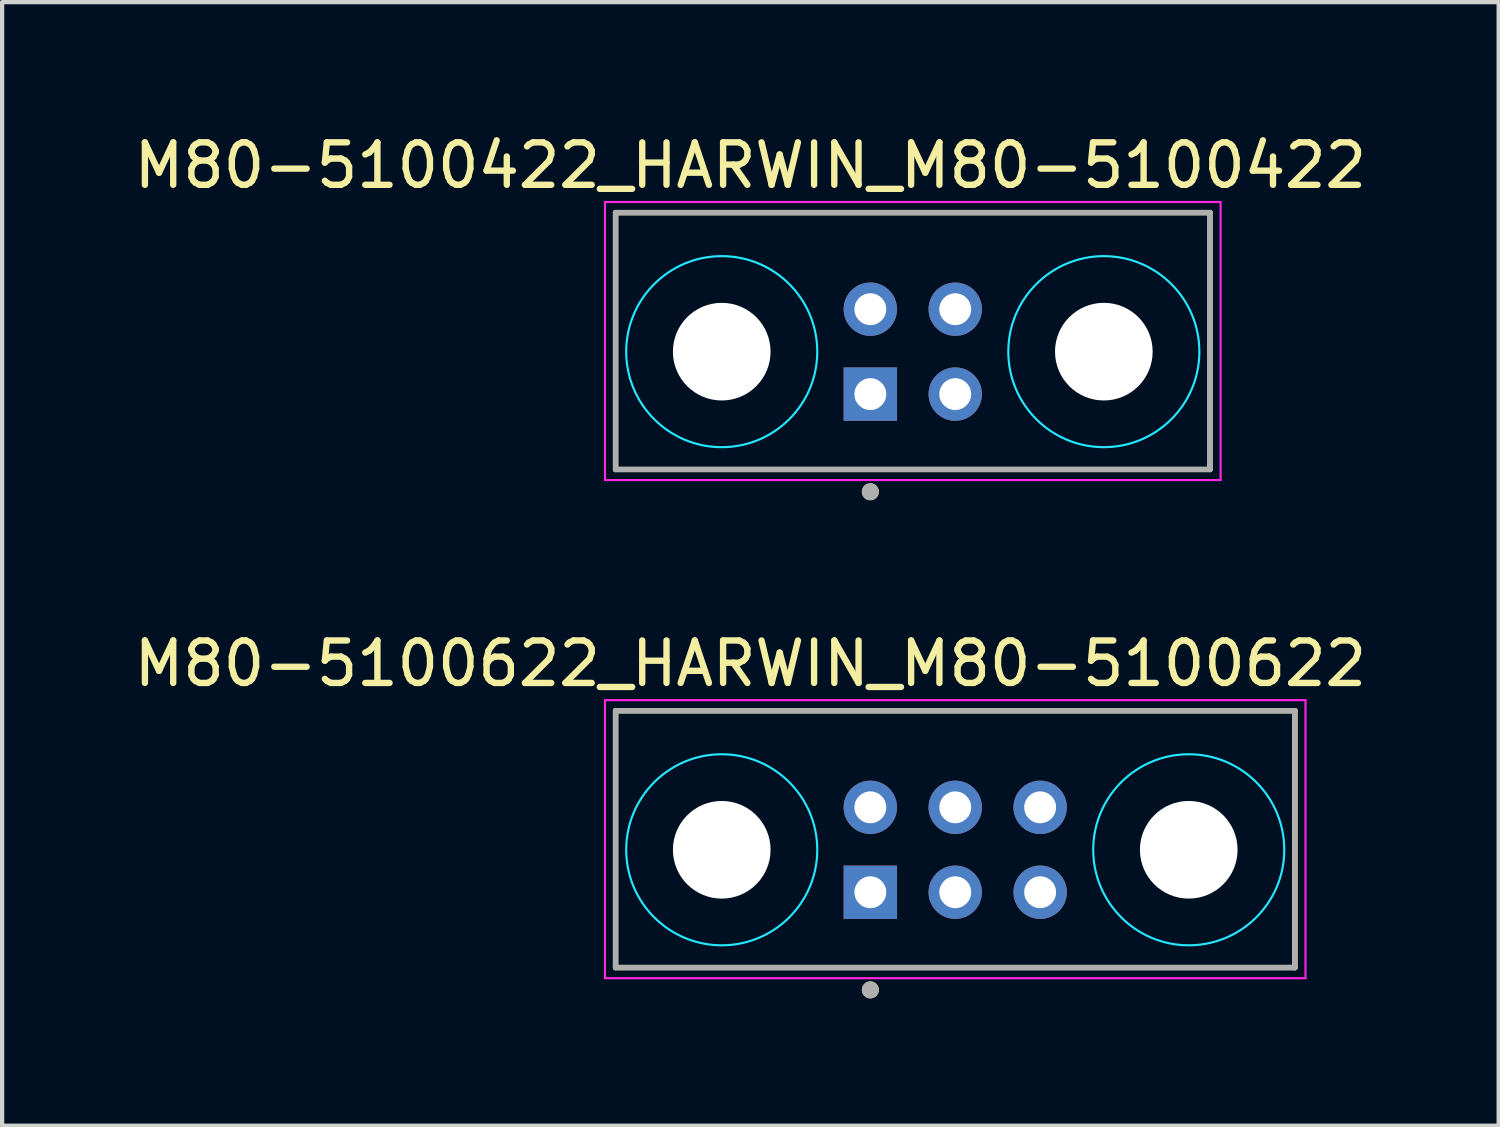
<source format=kicad_pcb>
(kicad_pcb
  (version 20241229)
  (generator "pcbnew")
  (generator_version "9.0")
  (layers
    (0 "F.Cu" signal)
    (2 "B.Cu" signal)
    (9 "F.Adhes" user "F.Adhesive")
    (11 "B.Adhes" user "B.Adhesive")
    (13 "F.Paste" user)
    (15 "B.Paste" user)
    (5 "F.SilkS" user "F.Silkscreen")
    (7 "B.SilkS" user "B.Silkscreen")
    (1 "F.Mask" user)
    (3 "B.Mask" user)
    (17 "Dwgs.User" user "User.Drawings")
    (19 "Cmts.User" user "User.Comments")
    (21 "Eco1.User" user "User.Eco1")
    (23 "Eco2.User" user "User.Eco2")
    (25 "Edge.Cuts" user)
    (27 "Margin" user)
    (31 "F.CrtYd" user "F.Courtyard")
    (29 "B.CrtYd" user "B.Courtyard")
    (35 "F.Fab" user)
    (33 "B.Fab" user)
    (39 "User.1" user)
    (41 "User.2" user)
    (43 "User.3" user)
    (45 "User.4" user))
  (footprint "M80-5100422_HARWIN_M80-5100422"
    (layer "F.Cu")
    (at 18.45 5.233)
    (property "Reference" "M80-5100422_HARWIN_M80-5100422" (at -3.825 -4.385 0) (layer "F.SilkS") (effects (font (size 1 1) (thickness 0.15))))
    (attr through_hole)
    (fp_line (start -7 -3.275) (end 7 -3.275) (stroke (width 0.127) (type solid)) (layer "F.SilkS"))
    (fp_line (start -7 2.775) (end -7 -3.275) (stroke (width 0.127) (type solid)) (layer "F.SilkS"))
    (fp_line (start 7 -3.275) (end 7 2.775) (stroke (width 0.127) (type solid)) (layer "F.SilkS"))
    (fp_line (start 7 2.775) (end -7 2.775) (stroke (width 0.127) (type solid)) (layer "F.SilkS"))
    (fp_circle (center -1 3.3) (end -0.9 3.3) (stroke (width 0.2) (type solid)) (fill no) (layer "F.SilkS"))
    (fp_circle (center -4.5 0) (end -2.25 0) (stroke (width 0.05) (type solid)) (fill no) (layer "B.CrtYd"))
    (fp_circle (center 4.5 0) (end 6.75 0) (stroke (width 0.05) (type solid)) (fill no) (layer "B.CrtYd"))
    (fp_line (start -7.25 -3.525) (end -7.25 3.025) (stroke (width 0.05) (type solid)) (layer "F.CrtYd"))
    (fp_line (start -7.25 3.025) (end 7.25 3.025) (stroke (width 0.05) (type solid)) (layer "F.CrtYd"))
    (fp_line (start 7.25 -3.525) (end -7.25 -3.525) (stroke (width 0.05) (type solid)) (layer "F.CrtYd"))
    (fp_line (start 7.25 3.025) (end 7.25 -3.525) (stroke (width 0.05) (type solid)) (layer "F.CrtYd"))
    (fp_line (start -7 -3.275) (end 7 -3.275) (stroke (width 0.127) (type solid)) (layer "F.Fab"))
    (fp_line (start -7 2.775) (end -7 -3.275) (stroke (width 0.127) (type solid)) (layer "F.Fab"))
    (fp_line (start 7 -3.275) (end 7 2.775) (stroke (width 0.127) (type solid)) (layer "F.Fab"))
    (fp_line (start 7 2.775) (end -7 2.775) (stroke (width 0.127) (type solid)) (layer "F.Fab"))
    (fp_circle (center -1 3.3) (end -0.9 3.3) (stroke (width 0.2) (type solid)) (fill no) (layer "F.Fab"))
    (pad "" np_thru_hole circle (at -4.5 0) (size 2.3 2.3) (drill 2.3) (layers "*.Cu" "*.Mask"))
    (pad "" np_thru_hole circle (at 4.5 0) (size 2.3 2.3) (drill 2.3) (layers "*.Cu" "*.Mask"))
    (pad "1" thru_hole rect (at -1 1) (size 1.258 1.258) (drill 0.75) (layers "*.Cu" "*.Mask"))
    (pad "2" thru_hole circle (at 1 1) (size 1.258 1.258) (drill 0.75) (layers "*.Cu" "*.Mask"))
    (pad "3" thru_hole circle (at -1 -1) (size 1.258 1.258) (drill 0.75) (layers "*.Cu" "*.Mask"))
    (pad "4" thru_hole circle (at 1 -1) (size 1.258 1.258) (drill 0.75) (layers "*.Cu" "*.Mask"))
    (zone (net_name "") (layers "F.Cu" "B.Cu") (hatch full 0.508) (connect_pads) (min_thickness 2) (filled_areas_thickness no) (keepout (tracks allowed) (vias not_allowed) (pads allowed) (copperpour allowed) (footprints allowed)) (placement (enabled no)) (fill) (polygon (pts (xy 15.95 5.233) (xy 15.94 5.429) (xy 15.912 5.623) (xy 15.864 5.814) (xy 15.798 5.999) (xy 15.714 6.176) (xy 15.613 6.344) (xy 15.496 6.502) (xy 15.364 6.647) (xy 15.219 6.779) (xy 15.061 6.896) (xy 14.893 6.997) (xy 14.715 7.081) (xy 14.531 7.147) (xy 14.34 7.195) (xy 14.146 7.224) (xy 13.95 7.233) (xy 13.754 7.224) (xy 13.56 7.195) (xy 13.369 7.147) (xy 13.185 7.081) (xy 13.007 6.997) (xy 12.839 6.896) (xy 12.681 6.779) (xy 12.536 6.647) (xy 12.404 6.502) (xy 12.287 6.344) (xy 12.186 6.176) (xy 12.102 5.999) (xy 12.036 5.814) (xy 11.988 5.623) (xy 11.96 5.429) (xy 11.95 5.233) (xy 11.96 5.037) (xy 11.988 4.843) (xy 12.036 4.653) (xy 12.102 4.468) (xy 12.186 4.29) (xy 12.287 4.122) (xy 12.404 3.964) (xy 12.536 3.819) (xy 12.681 3.687) (xy 12.839 3.57) (xy 13.007 3.469) (xy 13.185 3.385) (xy 13.369 3.319) (xy 13.56 3.272) (xy 13.754 3.243) (xy 13.95 3.233) (xy 14.146 3.243) (xy 14.34 3.272) (xy 14.531 3.319) (xy 14.715 3.385) (xy 14.893 3.469) (xy 15.061 3.57) (xy 15.219 3.687) (xy 15.364 3.819) (xy 15.496 3.964) (xy 15.613 4.122) (xy 15.714 4.29) (xy 15.798 4.468) (xy 15.864 4.653) (xy 15.912 4.843) (xy 15.94 5.037))))
    (zone (net_name "") (layers "F.Cu" "B.Cu") (hatch full 0.508) (connect_pads) (min_thickness 2) (filled_areas_thickness no) (keepout (tracks allowed) (vias not_allowed) (pads allowed) (copperpour allowed) (footprints allowed)) (placement (enabled no)) (fill) (polygon (pts (xy 24.95 5.233) (xy 24.94 5.429) (xy 24.912 5.623) (xy 24.864 5.814) (xy 24.798 5.999) (xy 24.714 6.176) (xy 24.613 6.344) (xy 24.496 6.502) (xy 24.364 6.647) (xy 24.219 6.779) (xy 24.061 6.896) (xy 23.893 6.997) (xy 23.715 7.081) (xy 23.531 7.147) (xy 23.34 7.195) (xy 23.146 7.224) (xy 22.95 7.233) (xy 22.754 7.224) (xy 22.56 7.195) (xy 22.369 7.147) (xy 22.185 7.081) (xy 22.007 6.997) (xy 21.839 6.896) (xy 21.681 6.779) (xy 21.536 6.647) (xy 21.404 6.502) (xy 21.287 6.344) (xy 21.186 6.176) (xy 21.102 5.999) (xy 21.036 5.814) (xy 20.988 5.623) (xy 20.96 5.429) (xy 20.95 5.233) (xy 20.96 5.037) (xy 20.988 4.843) (xy 21.036 4.653) (xy 21.102 4.468) (xy 21.186 4.29) (xy 21.287 4.122) (xy 21.404 3.964) (xy 21.536 3.819) (xy 21.681 3.687) (xy 21.839 3.57) (xy 22.007 3.469) (xy 22.185 3.385) (xy 22.369 3.319) (xy 22.56 3.272) (xy 22.754 3.243) (xy 22.95 3.233) (xy 23.146 3.243) (xy 23.34 3.272) (xy 23.531 3.319) (xy 23.715 3.385) (xy 23.893 3.469) (xy 24.061 3.57) (xy 24.219 3.687) (xy 24.364 3.819) (xy 24.496 3.964) (xy 24.613 4.122) (xy 24.714 4.29) (xy 24.798 4.468) (xy 24.864 4.653) (xy 24.912 4.843) (xy 24.94 5.037))))
    (zone (net_name "") (layer "B.Cu") (hatch full 0.508) (connect_pads) (min_thickness 2) (filled_areas_thickness no) (keepout (tracks not_allowed) (vias not_allowed) (pads not_allowed) (copperpour not_allowed) (footprints allowed)) (placement (enabled no)) (fill) (polygon (pts (xy 15.95 5.233) (xy 15.94 5.429) (xy 15.912 5.623) (xy 15.864 5.814) (xy 15.798 5.999) (xy 15.714 6.176) (xy 15.613 6.344) (xy 15.496 6.502) (xy 15.364 6.647) (xy 15.219 6.779) (xy 15.061 6.896) (xy 14.893 6.997) (xy 14.715 7.081) (xy 14.531 7.147) (xy 14.34 7.195) (xy 14.146 7.224) (xy 13.95 7.233) (xy 13.754 7.224) (xy 13.56 7.195) (xy 13.369 7.147) (xy 13.185 7.081) (xy 13.007 6.997) (xy 12.839 6.896) (xy 12.681 6.779) (xy 12.536 6.647) (xy 12.404 6.502) (xy 12.287 6.344) (xy 12.186 6.176) (xy 12.102 5.999) (xy 12.036 5.814) (xy 11.988 5.623) (xy 11.96 5.429) (xy 11.95 5.233) (xy 11.96 5.037) (xy 11.988 4.843) (xy 12.036 4.653) (xy 12.102 4.468) (xy 12.186 4.29) (xy 12.287 4.122) (xy 12.404 3.964) (xy 12.536 3.819) (xy 12.681 3.687) (xy 12.839 3.57) (xy 13.007 3.469) (xy 13.185 3.385) (xy 13.369 3.319) (xy 13.56 3.272) (xy 13.754 3.243) (xy 13.95 3.233) (xy 14.146 3.243) (xy 14.34 3.272) (xy 14.531 3.319) (xy 14.715 3.385) (xy 14.893 3.469) (xy 15.061 3.57) (xy 15.219 3.687) (xy 15.364 3.819) (xy 15.496 3.964) (xy 15.613 4.122) (xy 15.714 4.29) (xy 15.798 4.468) (xy 15.864 4.653) (xy 15.912 4.843) (xy 15.94 5.037))))
    (zone (net_name "") (layer "B.Cu") (hatch full 0.508) (connect_pads) (min_thickness 2) (filled_areas_thickness no) (keepout (tracks not_allowed) (vias not_allowed) (pads not_allowed) (copperpour not_allowed) (footprints allowed)) (placement (enabled no)) (fill) (polygon (pts (xy 24.95 5.233) (xy 24.94 5.429) (xy 24.912 5.623) (xy 24.864 5.814) (xy 24.798 5.999) (xy 24.714 6.176) (xy 24.613 6.344) (xy 24.496 6.502) (xy 24.364 6.647) (xy 24.219 6.779) (xy 24.061 6.896) (xy 23.893 6.997) (xy 23.715 7.081) (xy 23.531 7.147) (xy 23.34 7.195) (xy 23.146 7.224) (xy 22.95 7.233) (xy 22.754 7.224) (xy 22.56 7.195) (xy 22.369 7.147) (xy 22.185 7.081) (xy 22.007 6.997) (xy 21.839 6.896) (xy 21.681 6.779) (xy 21.536 6.647) (xy 21.404 6.502) (xy 21.287 6.344) (xy 21.186 6.176) (xy 21.102 5.999) (xy 21.036 5.814) (xy 20.988 5.623) (xy 20.96 5.429) (xy 20.95 5.233) (xy 20.96 5.037) (xy 20.988 4.843) (xy 21.036 4.653) (xy 21.102 4.468) (xy 21.186 4.29) (xy 21.287 4.122) (xy 21.404 3.964) (xy 21.536 3.819) (xy 21.681 3.687) (xy 21.839 3.57) (xy 22.007 3.469) (xy 22.185 3.385) (xy 22.369 3.319) (xy 22.56 3.272) (xy 22.754 3.243) (xy 22.95 3.233) (xy 23.146 3.243) (xy 23.34 3.272) (xy 23.531 3.319) (xy 23.715 3.385) (xy 23.893 3.469) (xy 24.061 3.57) (xy 24.219 3.687) (xy 24.364 3.819) (xy 24.496 3.964) (xy 24.613 4.122) (xy 24.714 4.29) (xy 24.798 4.468) (xy 24.864 4.653) (xy 24.912 4.843) (xy 24.94 5.037)))))
  (footprint "M80-5100622_HARWIN_M80-5100622"
    (layer "F.Cu")
    (at 19.45 16.966)
    (property "Reference" "M80-5100622_HARWIN_M80-5100622" (at -4.825 -4.385 0) (layer "F.SilkS") (effects (font (size 1 1) (thickness 0.15))))
    (attr through_hole)
    (fp_line (start -8 -3.275) (end 8 -3.275) (stroke (width 0.127) (type solid)) (layer "F.SilkS"))
    (fp_line (start -8 2.775) (end -8 -3.275) (stroke (width 0.127) (type solid)) (layer "F.SilkS"))
    (fp_line (start 8 -3.275) (end 8 2.775) (stroke (width 0.127) (type solid)) (layer "F.SilkS"))
    (fp_line (start 8 2.775) (end -8 2.775) (stroke (width 0.127) (type solid)) (layer "F.SilkS"))
    (fp_circle (center -2 3.3) (end -1.9 3.3) (stroke (width 0.2) (type solid)) (fill no) (layer "F.SilkS"))
    (fp_circle (center -5.5 0) (end -3.25 0) (stroke (width 0.05) (type solid)) (fill no) (layer "B.CrtYd"))
    (fp_circle (center 5.5 0) (end 7.75 0) (stroke (width 0.05) (type solid)) (fill no) (layer "B.CrtYd"))
    (fp_line (start -8.25 -3.525) (end -8.25 3.025) (stroke (width 0.05) (type solid)) (layer "F.CrtYd"))
    (fp_line (start -8.25 3.025) (end 8.25 3.025) (stroke (width 0.05) (type solid)) (layer "F.CrtYd"))
    (fp_line (start 8.25 -3.525) (end -8.25 -3.525) (stroke (width 0.05) (type solid)) (layer "F.CrtYd"))
    (fp_line (start 8.25 3.025) (end 8.25 -3.525) (stroke (width 0.05) (type solid)) (layer "F.CrtYd"))
    (fp_line (start -8 -3.275) (end 8 -3.275) (stroke (width 0.127) (type solid)) (layer "F.Fab"))
    (fp_line (start -8 2.775) (end -8 -3.275) (stroke (width 0.127) (type solid)) (layer "F.Fab"))
    (fp_line (start 8 -3.275) (end 8 2.775) (stroke (width 0.127) (type solid)) (layer "F.Fab"))
    (fp_line (start 8 2.775) (end -8 2.775) (stroke (width 0.127) (type solid)) (layer "F.Fab"))
    (fp_circle (center -2 3.3) (end -1.9 3.3) (stroke (width 0.2) (type solid)) (fill no) (layer "F.Fab"))
    (pad "" np_thru_hole circle (at -5.5 0) (size 2.3 2.3) (drill 2.3) (layers "*.Cu" "*.Mask"))
    (pad "" np_thru_hole circle (at 5.5 0) (size 2.3 2.3) (drill 2.3) (layers "*.Cu" "*.Mask"))
    (pad "1" thru_hole rect (at -2 1) (size 1.258 1.258) (drill 0.75) (layers "*.Cu" "*.Mask"))
    (pad "2" thru_hole circle (at 0 1) (size 1.258 1.258) (drill 0.75) (layers "*.Cu" "*.Mask"))
    (pad "3" thru_hole circle (at 2 1) (size 1.258 1.258) (drill 0.75) (layers "*.Cu" "*.Mask"))
    (pad "4" thru_hole circle (at -2 -1) (size 1.258 1.258) (drill 0.75) (layers "*.Cu" "*.Mask"))
    (pad "5" thru_hole circle (at 0 -1) (size 1.258 1.258) (drill 0.75) (layers "*.Cu" "*.Mask"))
    (pad "6" thru_hole circle (at 2 -1) (size 1.258 1.258) (drill 0.75) (layers "*.Cu" "*.Mask"))
    (zone (net_name "") (layers "F.Cu" "B.Cu") (hatch full 0.508) (connect_pads) (min_thickness 2) (filled_areas_thickness no) (keepout (tracks allowed) (vias not_allowed) (pads allowed) (copperpour allowed) (footprints allowed)) (placement (enabled no)) (fill) (polygon (pts (xy 15.95 16.966) (xy 15.94 17.163) (xy 15.912 17.357) (xy 15.864 17.547) (xy 15.798 17.732) (xy 15.714 17.909) (xy 15.613 18.078) (xy 15.496 18.235) (xy 15.364 18.381) (xy 15.219 18.513) (xy 15.061 18.629) (xy 14.893 18.73) (xy 14.715 18.814) (xy 14.531 18.88) (xy 14.34 18.928) (xy 14.146 18.957) (xy 13.95 18.966) (xy 13.754 18.957) (xy 13.56 18.928) (xy 13.369 18.88) (xy 13.185 18.814) (xy 13.007 18.73) (xy 12.839 18.629) (xy 12.681 18.513) (xy 12.536 18.381) (xy 12.404 18.235) (xy 12.287 18.078) (xy 12.186 17.909) (xy 12.102 17.732) (xy 12.036 17.547) (xy 11.988 17.357) (xy 11.96 17.163) (xy 11.95 16.966) (xy 11.96 16.77) (xy 11.988 16.576) (xy 12.036 16.386) (xy 12.102 16.201) (xy 12.186 16.024) (xy 12.287 15.855) (xy 12.404 15.698) (xy 12.536 15.552) (xy 12.681 15.42) (xy 12.839 15.304) (xy 13.007 15.203) (xy 13.185 15.119) (xy 13.369 15.053) (xy 13.56 15.005) (xy 13.754 14.976) (xy 13.95 14.966) (xy 14.146 14.976) (xy 14.34 15.005) (xy 14.531 15.053) (xy 14.715 15.119) (xy 14.893 15.203) (xy 15.061 15.304) (xy 15.219 15.42) (xy 15.364 15.552) (xy 15.496 15.698) (xy 15.613 15.855) (xy 15.714 16.024) (xy 15.798 16.201) (xy 15.864 16.386) (xy 15.912 16.576) (xy 15.94 16.77))))
    (zone (net_name "") (layers "F.Cu" "B.Cu") (hatch full 0.508) (connect_pads) (min_thickness 2) (filled_areas_thickness no) (keepout (tracks allowed) (vias not_allowed) (pads allowed) (copperpour allowed) (footprints allowed)) (placement (enabled no)) (fill) (polygon (pts (xy 26.95 16.966) (xy 26.94 17.163) (xy 26.912 17.357) (xy 26.864 17.547) (xy 26.798 17.732) (xy 26.714 17.909) (xy 26.613 18.078) (xy 26.496 18.235) (xy 26.364 18.381) (xy 26.219 18.513) (xy 26.061 18.629) (xy 25.893 18.73) (xy 25.715 18.814) (xy 25.531 18.88) (xy 25.34 18.928) (xy 25.146 18.957) (xy 24.95 18.966) (xy 24.754 18.957) (xy 24.56 18.928) (xy 24.369 18.88) (xy 24.185 18.814) (xy 24.007 18.73) (xy 23.839 18.629) (xy 23.681 18.513) (xy 23.536 18.381) (xy 23.404 18.235) (xy 23.287 18.078) (xy 23.186 17.909) (xy 23.102 17.732) (xy 23.036 17.547) (xy 22.988 17.357) (xy 22.96 17.163) (xy 22.95 16.966) (xy 22.96 16.77) (xy 22.988 16.576) (xy 23.036 16.386) (xy 23.102 16.201) (xy 23.186 16.024) (xy 23.287 15.855) (xy 23.404 15.698) (xy 23.536 15.552) (xy 23.681 15.42) (xy 23.839 15.304) (xy 24.007 15.203) (xy 24.185 15.119) (xy 24.369 15.053) (xy 24.56 15.005) (xy 24.754 14.976) (xy 24.95 14.966) (xy 25.146 14.976) (xy 25.34 15.005) (xy 25.531 15.053) (xy 25.715 15.119) (xy 25.893 15.203) (xy 26.061 15.304) (xy 26.219 15.42) (xy 26.364 15.552) (xy 26.496 15.698) (xy 26.613 15.855) (xy 26.714 16.024) (xy 26.798 16.201) (xy 26.864 16.386) (xy 26.912 16.576) (xy 26.94 16.77))))
    (zone (net_name "") (layer "B.Cu") (hatch full 0.508) (connect_pads) (min_thickness 2) (filled_areas_thickness no) (keepout (tracks not_allowed) (vias not_allowed) (pads not_allowed) (copperpour not_allowed) (footprints allowed)) (placement (enabled no)) (fill) (polygon (pts (xy 15.95 16.966) (xy 15.94 17.163) (xy 15.912 17.357) (xy 15.864 17.547) (xy 15.798 17.732) (xy 15.714 17.909) (xy 15.613 18.078) (xy 15.496 18.235) (xy 15.364 18.381) (xy 15.219 18.513) (xy 15.061 18.629) (xy 14.893 18.73) (xy 14.715 18.814) (xy 14.531 18.88) (xy 14.34 18.928) (xy 14.146 18.957) (xy 13.95 18.966) (xy 13.754 18.957) (xy 13.56 18.928) (xy 13.369 18.88) (xy 13.185 18.814) (xy 13.007 18.73) (xy 12.839 18.629) (xy 12.681 18.513) (xy 12.536 18.381) (xy 12.404 18.235) (xy 12.287 18.078) (xy 12.186 17.909) (xy 12.102 17.732) (xy 12.036 17.547) (xy 11.988 17.357) (xy 11.96 17.163) (xy 11.95 16.966) (xy 11.96 16.77) (xy 11.988 16.576) (xy 12.036 16.386) (xy 12.102 16.201) (xy 12.186 16.024) (xy 12.287 15.855) (xy 12.404 15.698) (xy 12.536 15.552) (xy 12.681 15.42) (xy 12.839 15.304) (xy 13.007 15.203) (xy 13.185 15.119) (xy 13.369 15.053) (xy 13.56 15.005) (xy 13.754 14.976) (xy 13.95 14.966) (xy 14.146 14.976) (xy 14.34 15.005) (xy 14.531 15.053) (xy 14.715 15.119) (xy 14.893 15.203) (xy 15.061 15.304) (xy 15.219 15.42) (xy 15.364 15.552) (xy 15.496 15.698) (xy 15.613 15.855) (xy 15.714 16.024) (xy 15.798 16.201) (xy 15.864 16.386) (xy 15.912 16.576) (xy 15.94 16.77))))
    (zone (net_name "") (layer "B.Cu") (hatch full 0.508) (connect_pads) (min_thickness 2) (filled_areas_thickness no) (keepout (tracks not_allowed) (vias not_allowed) (pads not_allowed) (copperpour not_allowed) (footprints allowed)) (placement (enabled no)) (fill) (polygon (pts (xy 26.95 16.966) (xy 26.94 17.163) (xy 26.912 17.357) (xy 26.864 17.547) (xy 26.798 17.732) (xy 26.714 17.909) (xy 26.613 18.078) (xy 26.496 18.235) (xy 26.364 18.381) (xy 26.219 18.513) (xy 26.061 18.629) (xy 25.893 18.73) (xy 25.715 18.814) (xy 25.531 18.88) (xy 25.34 18.928) (xy 25.146 18.957) (xy 24.95 18.966) (xy 24.754 18.957) (xy 24.56 18.928) (xy 24.369 18.88) (xy 24.185 18.814) (xy 24.007 18.73) (xy 23.839 18.629) (xy 23.681 18.513) (xy 23.536 18.381) (xy 23.404 18.235) (xy 23.287 18.078) (xy 23.186 17.909) (xy 23.102 17.732) (xy 23.036 17.547) (xy 22.988 17.357) (xy 22.96 17.163) (xy 22.95 16.966) (xy 22.96 16.77) (xy 22.988 16.576) (xy 23.036 16.386) (xy 23.102 16.201) (xy 23.186 16.024) (xy 23.287 15.855) (xy 23.404 15.698) (xy 23.536 15.552) (xy 23.681 15.42) (xy 23.839 15.304) (xy 24.007 15.203) (xy 24.185 15.119) (xy 24.369 15.053) (xy 24.56 15.005) (xy 24.754 14.976) (xy 24.95 14.966) (xy 25.146 14.976) (xy 25.34 15.005) (xy 25.531 15.053) (xy 25.715 15.119) (xy 25.893 15.203) (xy 26.061 15.304) (xy 26.219 15.42) (xy 26.364 15.552) (xy 26.496 15.698) (xy 26.613 15.855) (xy 26.714 16.024) (xy 26.798 16.201) (xy 26.864 16.386) (xy 26.912 16.576) (xy 26.94 16.77)))))
  (gr_rect
    (start -3 -3)
    (end 32.25 23.466)
    (stroke (width 0.1) (type default))
    (fill no)
    (layer "Edge.Cuts")))
</source>
